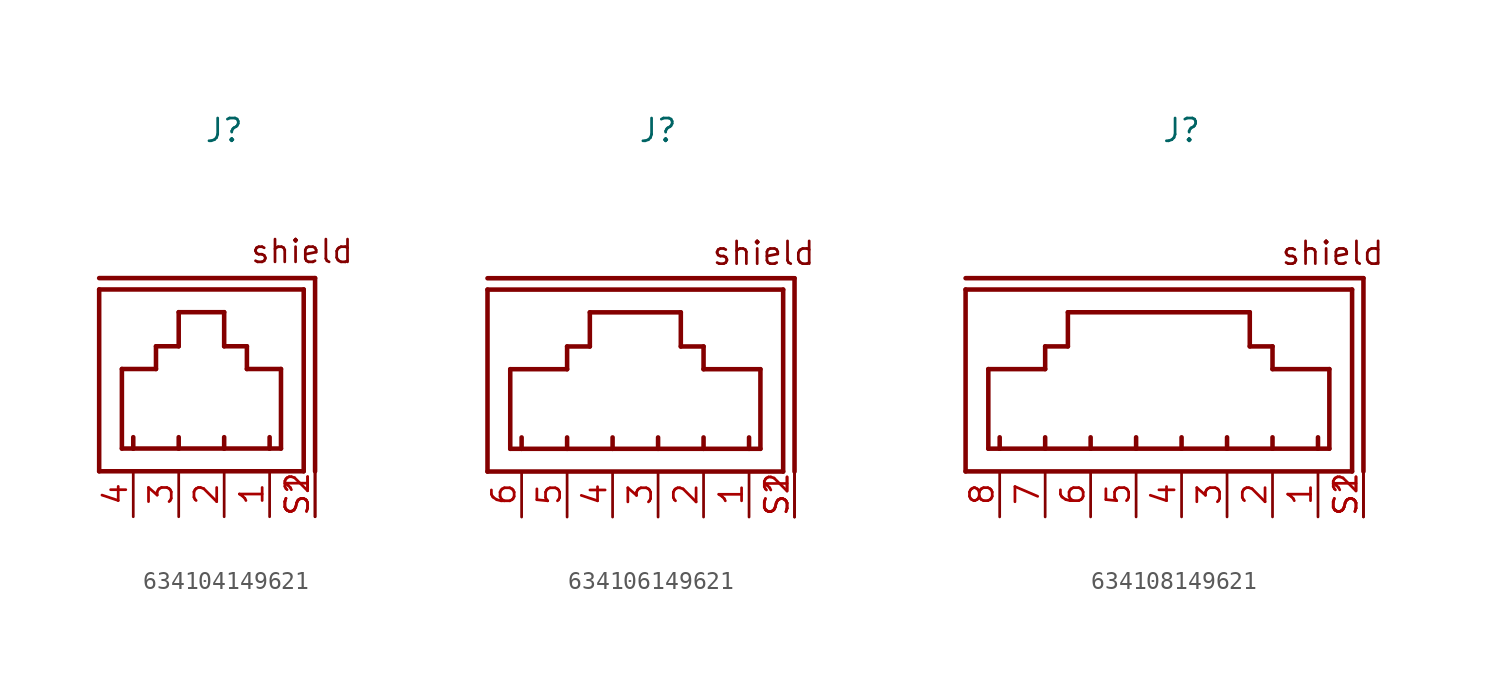
<source format=kicad_sym>
(kicad_symbol_lib
  (version 20241209)
  (generator "kicad_symbol_editor")
  (generator_version "9.0")
  (symbol "634104149621"
    (pin_names
      (hide yes))
    (property "Reference" "J"
      (at 0 13.97 0)
      (effects (font (size 1.27 1.27))))
    (symbol "634104149621_1_0"
      (polyline (pts (xy -6.985 5.715) (xy 5.08 5.715)) (stroke (width 0.254) (type solid)) (fill (type none)))
      (polyline (pts (xy -6.985 5.08) (xy 4.445 5.08)) (stroke (width 0.254) (type solid)) (fill (type none)))
      (polyline (pts (xy -6.985 -5.08) (xy -6.985 5.08)) (stroke (width 0.254) (type solid)) (fill (type none)))
      (polyline (pts (xy -5.715 0.635) (xy -3.81 0.635)) (stroke (width 0.254) (type solid)) (fill (type none)))
      (polyline (pts (xy -5.715 -3.81) (xy -5.715 0.635)) (stroke (width 0.254) (type solid)) (fill (type none)))
      (polyline (pts (xy -5.08 -3.81) (xy -5.715 -3.81)) (stroke (width 0.254) (type solid)) (fill (type none)))
      (polyline (pts (xy -5.08 -3.81) (xy -5.08 -3.175)) (stroke (width 0.254) (type solid)) (fill (type none)))
      (polyline (pts (xy -3.81 1.905) (xy -2.54 1.905)) (stroke (width 0.254) (type solid)) (fill (type none)))
      (polyline (pts (xy -3.81 0.635) (xy -3.81 1.905)) (stroke (width 0.254) (type solid)) (fill (type none)))
      (polyline (pts (xy -2.54 3.81) (xy 0 3.81)) (stroke (width 0.254) (type solid)) (fill (type none)))
      (polyline (pts (xy -2.54 1.905) (xy -2.54 3.81)) (stroke (width 0.254) (type solid)) (fill (type none)))
      (polyline (pts (xy -2.54 -3.81) (xy -5.08 -3.81)) (stroke (width 0.254) (type solid)) (fill (type none)))
      (polyline (pts (xy -2.54 -3.81) (xy -2.54 -3.175)) (stroke (width 0.254) (type solid)) (fill (type none)))
      (polyline (pts (xy 0 1.905) (xy 0 3.81)) (stroke (width 0.254) (type solid)) (fill (type none)))
      (polyline (pts (xy 0 -3.81) (xy -2.54 -3.81)) (stroke (width 0.254) (type solid)) (fill (type none)))
      (polyline (pts (xy 0 -3.81) (xy 0 -3.175)) (stroke (width 0.254) (type solid)) (fill (type none)))
      (polyline (pts (xy 1.27 1.905) (xy 0 1.905)) (stroke (width 0.254) (type solid)) (fill (type none)))
      (polyline (pts (xy 1.27 0.635) (xy 1.27 1.905)) (stroke (width 0.254) (type solid)) (fill (type none)))
      (polyline (pts (xy 2.54 -3.81) (xy 0 -3.81)) (stroke (width 0.254) (type solid)) (fill (type none)))
      (polyline (pts (xy 2.54 -3.81) (xy 2.54 -3.175)) (stroke (width 0.254) (type solid)) (fill (type none)))
      (polyline (pts (xy 3.175 0.635) (xy 1.27 0.635)) (stroke (width 0.254) (type solid)) (fill (type none)))
      (polyline (pts (xy 3.175 0.635) (xy 3.175 -3.81)) (stroke (width 0.254) (type solid)) (fill (type none)))
      (polyline (pts (xy 3.175 -3.81) (xy 2.54 -3.81)) (stroke (width 0.254) (type solid)) (fill (type none)))
      (polyline (pts (xy 4.445 5.08) (xy 4.445 -5.08)) (stroke (width 0.254) (type solid)) (fill (type none)))
      (polyline (pts (xy 4.445 -5.08) (xy -6.985 -5.08)) (stroke (width 0.254) (type solid)) (fill (type none)))
      (polyline (pts (xy 5.08 5.715) (xy 5.08 -5.08)) (stroke (width 0.254) (type solid)) (fill (type none)))
      (pin passive line (at -5.08 -7.62 90) (length 2.54) (name "4" (effects (font (size 1.27 1.27)))) (number "4" (effects (font (size 1.27 1.27)))))
      (pin passive line (at -2.54 -7.62 90) (length 2.54) (name "3" (effects (font (size 1.27 1.27)))) (number "3" (effects (font (size 1.27 1.27)))))
      (pin passive line (at 0 -7.62 90) (length 2.54) (name "2" (effects (font (size 1.27 1.27)))) (number "2" (effects (font (size 1.27 1.27)))))
      (pin passive line (at 2.54 -7.62 90) (length 2.54) (name "1" (effects (font (size 1.27 1.27)))) (number "1" (effects (font (size 1.27 1.27)))))
      (pin passive line (at 5.08 -7.62 90) (length 2.54) (name "SHILED" (effects (font (size 1.27 1.27)))) (number "S1" (effects (font (size 1.27 1.27)))))
      (pin passive line (at 5.08 -7.62 90) (length 2.54) (name "SHILED" (effects (font (size 1.27 1.27)))) (number "S2" (effects (font (size 1.27 1.27))))))
    (symbol "634104149621_1_1"
      (text "shield" (at 1.41 6.46 0) (effects (font (size 1.27 1.27)) (justify left bottom)))))
  (symbol "634106149621"
    (pin_names
      (hide yes))
    (property "Reference" "J"
      (at 0 13.97 0)
      (effects (font (size 1.27 1.27))))
    (symbol "634106149621_1_0"
      (polyline (pts (xy -9.525 5.715) (xy 7.62 5.715)) (stroke (width 0.254) (type solid)) (fill (type none)))
      (polyline (pts (xy -9.525 5.08) (xy 6.985 5.08)) (stroke (width 0.254) (type solid)) (fill (type none)))
      (polyline (pts (xy -9.525 -5.08) (xy -9.525 5.08)) (stroke (width 0.254) (type solid)) (fill (type none)))
      (polyline (pts (xy -8.255 0.635) (xy -5.08 0.635)) (stroke (width 0.254) (type solid)) (fill (type none)))
      (polyline (pts (xy -8.255 -3.81) (xy -8.255 0.635)) (stroke (width 0.254) (type solid)) (fill (type none)))
      (polyline (pts (xy -7.62 -3.81) (xy -8.255 -3.81)) (stroke (width 0.254) (type solid)) (fill (type none)))
      (polyline (pts (xy -7.62 -3.81) (xy -7.62 -3.175)) (stroke (width 0.254) (type solid)) (fill (type none)))
      (polyline (pts (xy -5.08 1.905) (xy -3.81 1.905)) (stroke (width 0.254) (type solid)) (fill (type none)))
      (polyline (pts (xy -5.08 0.635) (xy -5.08 1.905)) (stroke (width 0.254) (type solid)) (fill (type none)))
      (polyline (pts (xy -5.08 -3.81) (xy -7.62 -3.81)) (stroke (width 0.254) (type solid)) (fill (type none)))
      (polyline (pts (xy -5.08 -3.81) (xy -5.08 -3.175)) (stroke (width 0.254) (type solid)) (fill (type none)))
      (polyline (pts (xy -3.81 3.81) (xy 1.27 3.81)) (stroke (width 0.254) (type solid)) (fill (type none)))
      (polyline (pts (xy -3.81 1.905) (xy -3.81 3.81)) (stroke (width 0.254) (type solid)) (fill (type none)))
      (polyline (pts (xy -2.54 -3.81) (xy -5.08 -3.81)) (stroke (width 0.254) (type solid)) (fill (type none)))
      (polyline (pts (xy -2.54 -3.81) (xy -2.54 -3.175)) (stroke (width 0.254) (type solid)) (fill (type none)))
      (polyline (pts (xy 0 -3.81) (xy -2.54 -3.81)) (stroke (width 0.254) (type solid)) (fill (type none)))
      (polyline (pts (xy 0 -3.81) (xy 0 -3.175)) (stroke (width 0.254) (type solid)) (fill (type none)))
      (polyline (pts (xy 1.27 1.905) (xy 1.27 3.81)) (stroke (width 0.254) (type solid)) (fill (type none)))
      (polyline (pts (xy 2.54 1.905) (xy 1.27 1.905)) (stroke (width 0.254) (type solid)) (fill (type none)))
      (polyline (pts (xy 2.54 0.635) (xy 2.54 1.905)) (stroke (width 0.254) (type solid)) (fill (type none)))
      (polyline (pts (xy 2.54 -3.81) (xy 0 -3.81)) (stroke (width 0.254) (type solid)) (fill (type none)))
      (polyline (pts (xy 2.54 -3.81) (xy 2.54 -3.175)) (stroke (width 0.254) (type solid)) (fill (type none)))
      (polyline (pts (xy 5.08 -3.81) (xy 2.54 -3.81)) (stroke (width 0.254) (type solid)) (fill (type none)))
      (polyline (pts (xy 5.08 -3.81) (xy 5.08 -3.175)) (stroke (width 0.254) (type solid)) (fill (type none)))
      (polyline (pts (xy 5.715 0.635) (xy 2.54 0.635)) (stroke (width 0.254) (type solid)) (fill (type none)))
      (polyline (pts (xy 5.715 0.635) (xy 5.715 -3.81)) (stroke (width 0.254) (type solid)) (fill (type none)))
      (polyline (pts (xy 5.715 -3.81) (xy 5.08 -3.81)) (stroke (width 0.254) (type solid)) (fill (type none)))
      (polyline (pts (xy 6.985 5.08) (xy 6.985 -5.08)) (stroke (width 0.254) (type solid)) (fill (type none)))
      (polyline (pts (xy 6.985 -5.08) (xy -9.525 -5.08)) (stroke (width 0.254) (type solid)) (fill (type none)))
      (polyline (pts (xy 7.62 5.715) (xy 7.62 -5.08)) (stroke (width 0.254) (type solid)) (fill (type none)))
      (pin passive line (at -7.62 -7.62 90) (length 2.54) (name "6" (effects (font (size 1.27 1.27)))) (number "6" (effects (font (size 1.27 1.27)))))
      (pin passive line (at -5.08 -7.62 90) (length 2.54) (name "5" (effects (font (size 1.27 1.27)))) (number "5" (effects (font (size 1.27 1.27)))))
      (pin passive line (at -2.54 -7.62 90) (length 2.54) (name "4" (effects (font (size 1.27 1.27)))) (number "4" (effects (font (size 1.27 1.27)))))
      (pin passive line (at 0 -7.62 90) (length 2.54) (name "3" (effects (font (size 1.27 1.27)))) (number "3" (effects (font (size 1.27 1.27)))))
      (pin passive line (at 2.54 -7.62 90) (length 2.54) (name "2" (effects (font (size 1.27 1.27)))) (number "2" (effects (font (size 1.27 1.27)))))
      (pin passive line (at 5.08 -7.62 90) (length 2.54) (name "1" (effects (font (size 1.27 1.27)))) (number "1" (effects (font (size 1.27 1.27)))))
      (pin passive line (at 7.62 -7.62 90) (length 2.54) (name "SHIELD" (effects (font (size 1.27 1.27)))) (number "S1" (effects (font (size 1.27 1.27)))))
      (pin passive line (at 7.62 -7.62 90) (length 2.54) (name "SHIELD" (effects (font (size 1.27 1.27)))) (number "S2" (effects (font (size 1.27 1.27))))))
    (symbol "634106149621_1_1"
      (text "shield" (at 2.955 6.365 0) (effects (font (size 1.27 1.27)) (justify left bottom)))))
  (symbol "634108149621"
    (pin_names
      (hide yes))
    (property "Reference" "J"
      (at 0 13.97 0)
      (effects (font (size 1.27 1.27))))
    (symbol "634108149621_1_0"
      (polyline (pts (xy -12.065 5.715) (xy 10.16 5.715)) (stroke (width 0.254) (type solid)) (fill (type none)))
      (polyline (pts (xy -12.065 5.08) (xy 9.525 5.08)) (stroke (width 0.254) (type solid)) (fill (type none)))
      (polyline (pts (xy -12.065 -5.08) (xy -12.065 5.08)) (stroke (width 0.254) (type solid)) (fill (type none)))
      (polyline (pts (xy -10.795 0.635) (xy -7.62 0.635)) (stroke (width 0.254) (type solid)) (fill (type none)))
      (polyline (pts (xy -10.795 -3.81) (xy -10.795 0.635)) (stroke (width 0.254) (type solid)) (fill (type none)))
      (polyline (pts (xy -10.16 -3.81) (xy -10.795 -3.81)) (stroke (width 0.254) (type solid)) (fill (type none)))
      (polyline (pts (xy -10.16 -3.81) (xy -10.16 -3.175)) (stroke (width 0.254) (type solid)) (fill (type none)))
      (polyline (pts (xy -7.62 1.905) (xy -6.35 1.905)) (stroke (width 0.254) (type solid)) (fill (type none)))
      (polyline (pts (xy -7.62 0.635) (xy -7.62 1.905)) (stroke (width 0.254) (type solid)) (fill (type none)))
      (polyline (pts (xy -7.62 -3.81) (xy -10.16 -3.81)) (stroke (width 0.254) (type solid)) (fill (type none)))
      (polyline (pts (xy -7.62 -3.81) (xy -7.62 -3.175)) (stroke (width 0.254) (type solid)) (fill (type none)))
      (polyline (pts (xy -6.35 3.81) (xy 3.81 3.81)) (stroke (width 0.254) (type solid)) (fill (type none)))
      (polyline (pts (xy -6.35 1.905) (xy -6.35 3.81)) (stroke (width 0.254) (type solid)) (fill (type none)))
      (polyline (pts (xy -5.08 -3.81) (xy -7.62 -3.81)) (stroke (width 0.254) (type solid)) (fill (type none)))
      (polyline (pts (xy -5.08 -3.81) (xy -5.08 -3.175)) (stroke (width 0.254) (type solid)) (fill (type none)))
      (polyline (pts (xy -2.54 -3.81) (xy -5.08 -3.81)) (stroke (width 0.254) (type solid)) (fill (type none)))
      (polyline (pts (xy -2.54 -3.81) (xy -2.54 -3.175)) (stroke (width 0.254) (type solid)) (fill (type none)))
      (polyline (pts (xy 0 -3.81) (xy -2.54 -3.81)) (stroke (width 0.254) (type solid)) (fill (type none)))
      (polyline (pts (xy 0 -3.81) (xy 0 -3.175)) (stroke (width 0.254) (type solid)) (fill (type none)))
      (polyline (pts (xy 2.54 -3.81) (xy 0 -3.81)) (stroke (width 0.254) (type solid)) (fill (type none)))
      (polyline (pts (xy 2.54 -3.81) (xy 2.54 -3.175)) (stroke (width 0.254) (type solid)) (fill (type none)))
      (polyline (pts (xy 3.81 1.905) (xy 3.81 3.81)) (stroke (width 0.254) (type solid)) (fill (type none)))
      (polyline (pts (xy 5.08 1.905) (xy 3.81 1.905)) (stroke (width 0.254) (type solid)) (fill (type none)))
      (polyline (pts (xy 5.08 0.635) (xy 5.08 1.905)) (stroke (width 0.254) (type solid)) (fill (type none)))
      (polyline (pts (xy 5.08 -3.81) (xy 2.54 -3.81)) (stroke (width 0.254) (type solid)) (fill (type none)))
      (polyline (pts (xy 5.08 -3.81) (xy 5.08 -3.175)) (stroke (width 0.254) (type solid)) (fill (type none)))
      (polyline (pts (xy 7.62 -3.81) (xy 5.08 -3.81)) (stroke (width 0.254) (type solid)) (fill (type none)))
      (polyline (pts (xy 7.62 -3.81) (xy 7.62 -3.175)) (stroke (width 0.254) (type solid)) (fill (type none)))
      (polyline (pts (xy 8.255 0.635) (xy 5.08 0.635)) (stroke (width 0.254) (type solid)) (fill (type none)))
      (polyline (pts (xy 8.255 0.635) (xy 8.255 -3.81)) (stroke (width 0.254) (type solid)) (fill (type none)))
      (polyline (pts (xy 8.255 -3.81) (xy 7.62 -3.81)) (stroke (width 0.254) (type solid)) (fill (type none)))
      (polyline (pts (xy 9.525 5.08) (xy 9.525 -5.08)) (stroke (width 0.254) (type solid)) (fill (type none)))
      (polyline (pts (xy 9.525 -5.08) (xy -12.065 -5.08)) (stroke (width 0.254) (type solid)) (fill (type none)))
      (polyline (pts (xy 10.16 5.715) (xy 10.16 -5.08)) (stroke (width 0.254) (type solid)) (fill (type none)))
      (pin passive line (at -10.16 -7.62 90) (length 2.54) (name "8" (effects (font (size 1.27 1.27)))) (number "8" (effects (font (size 1.27 1.27)))))
      (pin passive line (at -7.62 -7.62 90) (length 2.54) (name "7" (effects (font (size 1.27 1.27)))) (number "7" (effects (font (size 1.27 1.27)))))
      (pin passive line (at -5.08 -7.62 90) (length 2.54) (name "6" (effects (font (size 1.27 1.27)))) (number "6" (effects (font (size 1.27 1.27)))))
      (pin passive line (at -2.54 -7.62 90) (length 2.54) (name "5" (effects (font (size 1.27 1.27)))) (number "5" (effects (font (size 1.27 1.27)))))
      (pin passive line (at 0 -7.62 90) (length 2.54) (name "4" (effects (font (size 1.27 1.27)))) (number "4" (effects (font (size 1.27 1.27)))))
      (pin passive line (at 2.54 -7.62 90) (length 2.54) (name "3" (effects (font (size 1.27 1.27)))) (number "3" (effects (font (size 1.27 1.27)))))
      (pin passive line (at 5.08 -7.62 90) (length 2.54) (name "2" (effects (font (size 1.27 1.27)))) (number "2" (effects (font (size 1.27 1.27)))))
      (pin passive line (at 7.62 -7.62 90) (length 2.54) (name "1" (effects (font (size 1.27 1.27)))) (number "1" (effects (font (size 1.27 1.27)))))
      (pin passive line (at 10.16 -7.62 90) (length 2.54) (name "SHIELD" (effects (font (size 1.27 1.27)))) (number "S1" (effects (font (size 1.27 1.27)))))
      (pin passive line (at 10.16 -7.62 90) (length 2.54) (name "SHIELD" (effects (font (size 1.27 1.27)))) (number "S2" (effects (font (size 1.27 1.27))))))
    (symbol "634108149621_1_1"
      (text "shield" (at 5.495 6.365 0) (effects (font (size 1.27 1.27)) (justify left bottom))))))
</source>
